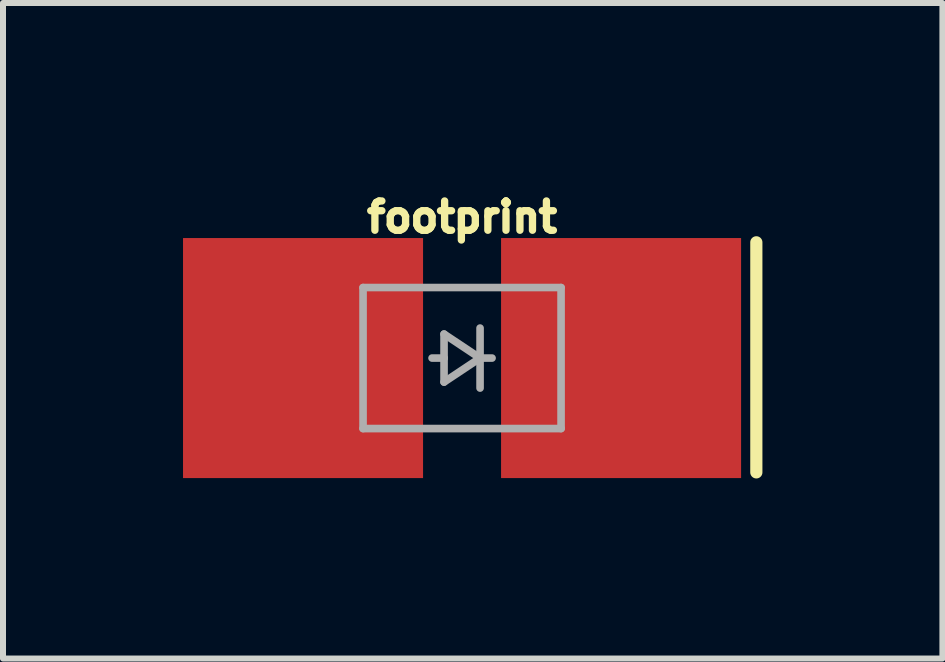
<source format=kicad_pcb>
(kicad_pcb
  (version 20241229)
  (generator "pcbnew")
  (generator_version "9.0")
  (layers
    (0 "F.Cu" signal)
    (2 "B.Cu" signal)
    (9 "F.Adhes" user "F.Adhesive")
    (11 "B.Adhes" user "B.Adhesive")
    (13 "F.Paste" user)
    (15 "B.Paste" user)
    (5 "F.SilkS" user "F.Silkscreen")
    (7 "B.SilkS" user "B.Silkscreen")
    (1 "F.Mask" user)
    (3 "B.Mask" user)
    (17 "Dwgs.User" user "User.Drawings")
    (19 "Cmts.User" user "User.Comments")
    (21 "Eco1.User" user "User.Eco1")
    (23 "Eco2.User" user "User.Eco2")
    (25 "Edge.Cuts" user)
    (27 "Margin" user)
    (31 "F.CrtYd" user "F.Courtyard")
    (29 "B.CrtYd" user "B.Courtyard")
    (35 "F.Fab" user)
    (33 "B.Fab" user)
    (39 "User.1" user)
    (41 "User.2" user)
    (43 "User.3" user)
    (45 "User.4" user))
  (footprint "footprint"
    (layer "F.Cu")
    (at 4.65 2.917)
    (property "Reference" "footprint" (at 0 -2.064 0) (layer "F.SilkS") (effects (font (size 0.488 0.488) (thickness 0.122)) (justify bottom)))
    (fp_poly (pts (xy -2.2 -1.4) (xy -2.2 1.4) (xy -0.65 1.4) (xy -0.65 -1.4)) (stroke (width 0) (type solid)) (fill yes) (layer "F.Mask"))
    (fp_poly (pts (xy 0.65 -1.4) (xy 0.65 1.4) (xy 2.2 1.4) (xy 2.2 -1.4)) (stroke (width 0) (type solid)) (fill yes) (layer "F.Mask"))
    (fp_line (start 4.904 -1.929) (end 4.904 1.905) (stroke (width 0.203) (type solid)) (layer "F.SilkS"))
    (fp_poly (pts (xy -2.2 -1.4) (xy -2.2 1.4) (xy -0.65 1.4) (xy -0.65 -1.4)) (stroke (width 0) (type solid)) (fill yes) (layer "F.Paste"))
    (fp_poly (pts (xy 0.65 -1.4) (xy 0.65 1.4) (xy 2.2 1.4) (xy 2.2 -1.4)) (stroke (width 0) (type solid)) (fill yes) (layer "F.Paste"))
    (fp_line (start -1.65 -1.175) (end -1.65 1.175) (stroke (width 0.127) (type solid)) (layer "F.Fab"))
    (fp_line (start -1.65 1.175) (end 1.65 1.175) (stroke (width 0.127) (type solid)) (layer "F.Fab"))
    (fp_line (start -0.3 -0.4) (end -0.3 0) (stroke (width 0.127) (type solid)) (layer "F.Fab"))
    (fp_line (start -0.3 0) (end -0.5 0) (stroke (width 0.127) (type solid)) (layer "F.Fab"))
    (fp_line (start -0.3 0) (end -0.3 0.4) (stroke (width 0.127) (type solid)) (layer "F.Fab"))
    (fp_line (start -0.3 0.4) (end 0.3 0) (stroke (width 0.127) (type solid)) (layer "F.Fab"))
    (fp_line (start 0.3 -0.5) (end 0.3 0) (stroke (width 0.127) (type solid)) (layer "F.Fab"))
    (fp_line (start 0.3 0) (end -0.3 -0.4) (stroke (width 0.127) (type solid)) (layer "F.Fab"))
    (fp_line (start 0.3 0) (end 0.3 0.5) (stroke (width 0.127) (type solid)) (layer "F.Fab"))
    (fp_line (start 0.5 0) (end 0.3 0) (stroke (width 0.127) (type solid)) (layer "F.Fab"))
    (fp_line (start 1.65 -1.175) (end -1.65 -1.175) (stroke (width 0.127) (type solid)) (layer "F.Fab"))
    (fp_line (start 1.65 1.175) (end 1.65 -1.175) (stroke (width 0.127) (type solid)) (layer "F.Fab"))
    (pad "A" smd rect (at -2.65 0 90) (size 4 4) (layers "F.Cu"))
    (pad "C" smd rect (at 2.65 0 270) (size 4 4) (layers "F.Cu")))
  (gr_rect
    (start -3 -3)
    (end 12.655 7.924)
    (stroke (width 0.1) (type default))
    (fill no)
    (layer "Edge.Cuts")))
</source>
